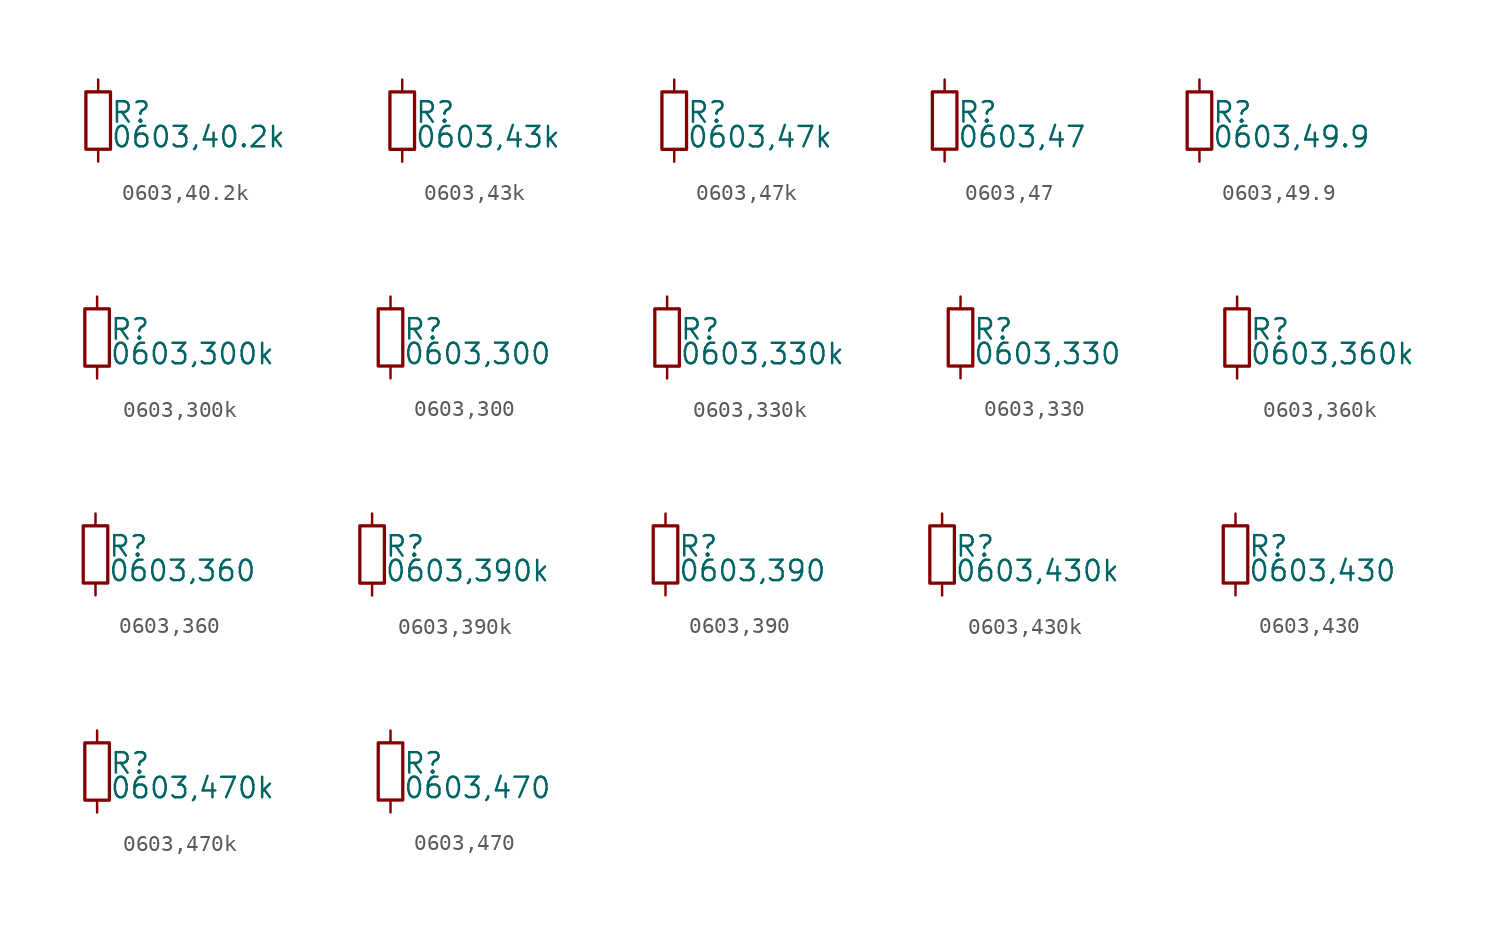
<source format=kicad_sym>
(kicad_symbol_lib
  (version 20220914)
  (generator kicad_symbol_editor)
  (symbol "0603,40.2k"
    (property "Reference" "R"
      (at 0.762 0.508 0)
      (effects (font (size 1.27 1.27)) (justify left)))
    (property "Value" "0603,40.2k"
      (at 0.762 -1.016 0)
      (effects (font (size 1.27 1.27)) (justify left)))
    (property "ki_locked" ""
      (at 0 0 0)
      (effects (font (size 1.27 1.27))))
    (symbol "0603,40.2k_0_0"
      (rectangle (start -0.762 1.778) (end 0.762 -1.778) (stroke (width 0.203) (type default)) (fill (type none)))
      (pin passive line (at 0 2.54 270) (length 0.762) (name "~" (effects (font (size 0 0)))) (number "1" (effects (font (size 0 0)))))
      (pin passive line (at 0 -2.54 90) (length 0.762) (name "~" (effects (font (size 0 0)))) (number "2" (effects (font (size 0 0)))))))
  (symbol "0603,43k"
    (property "Reference" "R"
      (at 0.762 0.508 0)
      (effects (font (size 1.27 1.27)) (justify left)))
    (property "Value" "0603,43k"
      (at 0.762 -1.016 0)
      (effects (font (size 1.27 1.27)) (justify left)))
    (property "ki_locked" ""
      (at 0 0 0)
      (effects (font (size 1.27 1.27))))
    (symbol "0603,43k_0_0"
      (rectangle (start -0.762 1.778) (end 0.762 -1.778) (stroke (width 0.203) (type default)) (fill (type none)))
      (pin passive line (at 0 2.54 270) (length 0.762) (name "~" (effects (font (size 0 0)))) (number "1" (effects (font (size 0 0)))))
      (pin passive line (at 0 -2.54 90) (length 0.762) (name "~" (effects (font (size 0 0)))) (number "2" (effects (font (size 0 0)))))))
  (symbol "0603,47k"
    (property "Reference" "R"
      (at 0.762 0.508 0)
      (effects (font (size 1.27 1.27)) (justify left)))
    (property "Value" "0603,47k"
      (at 0.762 -1.016 0)
      (effects (font (size 1.27 1.27)) (justify left)))
    (property "ki_locked" ""
      (at 0 0 0)
      (effects (font (size 1.27 1.27))))
    (symbol "0603,47k_0_0"
      (rectangle (start -0.762 1.778) (end 0.762 -1.778) (stroke (width 0.203) (type default)) (fill (type none)))
      (pin passive line (at 0 2.54 270) (length 0.762) (name "~" (effects (font (size 0 0)))) (number "1" (effects (font (size 0 0)))))
      (pin passive line (at 0 -2.54 90) (length 0.762) (name "~" (effects (font (size 0 0)))) (number "2" (effects (font (size 0 0)))))))
  (symbol "0603,47"
    (property "Reference" "R"
      (at 0.762 0.508 0)
      (effects (font (size 1.27 1.27)) (justify left)))
    (property "Value" "0603,47"
      (at 0.762 -1.016 0)
      (effects (font (size 1.27 1.27)) (justify left)))
    (property "ki_locked" ""
      (at 0 0 0)
      (effects (font (size 1.27 1.27))))
    (symbol "0603,47_0_0"
      (rectangle (start -0.762 1.778) (end 0.762 -1.778) (stroke (width 0.203) (type default)) (fill (type none)))
      (pin passive line (at 0 2.54 270) (length 0.762) (name "~" (effects (font (size 0 0)))) (number "1" (effects (font (size 0 0)))))
      (pin passive line (at 0 -2.54 90) (length 0.762) (name "~" (effects (font (size 0 0)))) (number "2" (effects (font (size 0 0)))))))
  (symbol "0603,49.9"
    (property "Reference" "R"
      (at 0.762 0.508 0)
      (effects (font (size 1.27 1.27)) (justify left)))
    (property "Value" "0603,49.9"
      (at 0.762 -1.016 0)
      (effects (font (size 1.27 1.27)) (justify left)))
    (property "ki_locked" ""
      (at 0 0 0)
      (effects (font (size 1.27 1.27))))
    (symbol "0603,49.9_0_0"
      (rectangle (start -0.762 1.778) (end 0.762 -1.778) (stroke (width 0.203) (type default)) (fill (type none)))
      (pin passive line (at 0 2.54 270) (length 0.762) (name "~" (effects (font (size 0 0)))) (number "1" (effects (font (size 0 0)))))
      (pin passive line (at 0 -2.54 90) (length 0.762) (name "~" (effects (font (size 0 0)))) (number "2" (effects (font (size 0 0)))))))
  (symbol "0603,300k"
    (property "Reference" "R"
      (at 0.762 0.508 0)
      (effects (font (size 1.27 1.27)) (justify left)))
    (property "Value" "0603,300k"
      (at 0.762 -1.016 0)
      (effects (font (size 1.27 1.27)) (justify left)))
    (property "ki_locked" ""
      (at 0 0 0)
      (effects (font (size 1.27 1.27))))
    (symbol "0603,300k_0_0"
      (rectangle (start -0.762 1.778) (end 0.762 -1.778) (stroke (width 0.203) (type default)) (fill (type none)))
      (pin passive line (at 0 2.54 270) (length 0.762) (name "~" (effects (font (size 0 0)))) (number "1" (effects (font (size 0 0)))))
      (pin passive line (at 0 -2.54 90) (length 0.762) (name "~" (effects (font (size 0 0)))) (number "2" (effects (font (size 0 0)))))))
  (symbol "0603,300"
    (property "Reference" "R"
      (at 0.762 0.508 0)
      (effects (font (size 1.27 1.27)) (justify left)))
    (property "Value" "0603,300"
      (at 0.762 -1.016 0)
      (effects (font (size 1.27 1.27)) (justify left)))
    (property "ki_locked" ""
      (at 0 0 0)
      (effects (font (size 1.27 1.27))))
    (symbol "0603,300_0_0"
      (rectangle (start -0.762 1.778) (end 0.762 -1.778) (stroke (width 0.203) (type default)) (fill (type none)))
      (pin passive line (at 0 2.54 270) (length 0.762) (name "~" (effects (font (size 0 0)))) (number "1" (effects (font (size 0 0)))))
      (pin passive line (at 0 -2.54 90) (length 0.762) (name "~" (effects (font (size 0 0)))) (number "2" (effects (font (size 0 0)))))))
  (symbol "0603,330k"
    (property "Reference" "R"
      (at 0.762 0.508 0)
      (effects (font (size 1.27 1.27)) (justify left)))
    (property "Value" "0603,330k"
      (at 0.762 -1.016 0)
      (effects (font (size 1.27 1.27)) (justify left)))
    (property "ki_locked" ""
      (at 0 0 0)
      (effects (font (size 1.27 1.27))))
    (symbol "0603,330k_0_0"
      (rectangle (start -0.762 1.778) (end 0.762 -1.778) (stroke (width 0.203) (type default)) (fill (type none)))
      (pin passive line (at 0 2.54 270) (length 0.762) (name "~" (effects (font (size 0 0)))) (number "1" (effects (font (size 0 0)))))
      (pin passive line (at 0 -2.54 90) (length 0.762) (name "~" (effects (font (size 0 0)))) (number "2" (effects (font (size 0 0)))))))
  (symbol "0603,330"
    (property "Reference" "R"
      (at 0.762 0.508 0)
      (effects (font (size 1.27 1.27)) (justify left)))
    (property "Value" "0603,330"
      (at 0.762 -1.016 0)
      (effects (font (size 1.27 1.27)) (justify left)))
    (property "ki_locked" ""
      (at 0 0 0)
      (effects (font (size 1.27 1.27))))
    (symbol "0603,330_0_0"
      (rectangle (start -0.762 1.778) (end 0.762 -1.778) (stroke (width 0.203) (type default)) (fill (type none)))
      (pin passive line (at 0 2.54 270) (length 0.762) (name "~" (effects (font (size 0 0)))) (number "1" (effects (font (size 0 0)))))
      (pin passive line (at 0 -2.54 90) (length 0.762) (name "~" (effects (font (size 0 0)))) (number "2" (effects (font (size 0 0)))))))
  (symbol "0603,360k"
    (property "Reference" "R"
      (at 0.762 0.508 0)
      (effects (font (size 1.27 1.27)) (justify left)))
    (property "Value" "0603,360k"
      (at 0.762 -1.016 0)
      (effects (font (size 1.27 1.27)) (justify left)))
    (property "ki_locked" ""
      (at 0 0 0)
      (effects (font (size 1.27 1.27))))
    (symbol "0603,360k_0_0"
      (rectangle (start -0.762 1.778) (end 0.762 -1.778) (stroke (width 0.203) (type default)) (fill (type none)))
      (pin passive line (at 0 2.54 270) (length 0.762) (name "~" (effects (font (size 0 0)))) (number "1" (effects (font (size 0 0)))))
      (pin passive line (at 0 -2.54 90) (length 0.762) (name "~" (effects (font (size 0 0)))) (number "2" (effects (font (size 0 0)))))))
  (symbol "0603,360"
    (property "Reference" "R"
      (at 0.762 0.508 0)
      (effects (font (size 1.27 1.27)) (justify left)))
    (property "Value" "0603,360"
      (at 0.762 -1.016 0)
      (effects (font (size 1.27 1.27)) (justify left)))
    (property "ki_locked" ""
      (at 0 0 0)
      (effects (font (size 1.27 1.27))))
    (symbol "0603,360_0_0"
      (rectangle (start -0.762 1.778) (end 0.762 -1.778) (stroke (width 0.203) (type default)) (fill (type none)))
      (pin passive line (at 0 2.54 270) (length 0.762) (name "~" (effects (font (size 0 0)))) (number "1" (effects (font (size 0 0)))))
      (pin passive line (at 0 -2.54 90) (length 0.762) (name "~" (effects (font (size 0 0)))) (number "2" (effects (font (size 0 0)))))))
  (symbol "0603,390k"
    (property "Reference" "R"
      (at 0.762 0.508 0)
      (effects (font (size 1.27 1.27)) (justify left)))
    (property "Value" "0603,390k"
      (at 0.762 -1.016 0)
      (effects (font (size 1.27 1.27)) (justify left)))
    (property "ki_locked" ""
      (at 0 0 0)
      (effects (font (size 1.27 1.27))))
    (symbol "0603,390k_0_0"
      (rectangle (start -0.762 1.778) (end 0.762 -1.778) (stroke (width 0.203) (type default)) (fill (type none)))
      (pin passive line (at 0 2.54 270) (length 0.762) (name "~" (effects (font (size 0 0)))) (number "1" (effects (font (size 0 0)))))
      (pin passive line (at 0 -2.54 90) (length 0.762) (name "~" (effects (font (size 0 0)))) (number "2" (effects (font (size 0 0)))))))
  (symbol "0603,390"
    (property "Reference" "R"
      (at 0.762 0.508 0)
      (effects (font (size 1.27 1.27)) (justify left)))
    (property "Value" "0603,390"
      (at 0.762 -1.016 0)
      (effects (font (size 1.27 1.27)) (justify left)))
    (property "ki_locked" ""
      (at 0 0 0)
      (effects (font (size 1.27 1.27))))
    (symbol "0603,390_0_0"
      (rectangle (start -0.762 1.778) (end 0.762 -1.778) (stroke (width 0.203) (type default)) (fill (type none)))
      (pin passive line (at 0 2.54 270) (length 0.762) (name "~" (effects (font (size 0 0)))) (number "1" (effects (font (size 0 0)))))
      (pin passive line (at 0 -2.54 90) (length 0.762) (name "~" (effects (font (size 0 0)))) (number "2" (effects (font (size 0 0)))))))
  (symbol "0603,430k"
    (property "Reference" "R"
      (at 0.762 0.508 0)
      (effects (font (size 1.27 1.27)) (justify left)))
    (property "Value" "0603,430k"
      (at 0.762 -1.016 0)
      (effects (font (size 1.27 1.27)) (justify left)))
    (property "ki_locked" ""
      (at 0 0 0)
      (effects (font (size 1.27 1.27))))
    (symbol "0603,430k_0_0"
      (rectangle (start -0.762 1.778) (end 0.762 -1.778) (stroke (width 0.203) (type default)) (fill (type none)))
      (pin passive line (at 0 2.54 270) (length 0.762) (name "~" (effects (font (size 0 0)))) (number "1" (effects (font (size 0 0)))))
      (pin passive line (at 0 -2.54 90) (length 0.762) (name "~" (effects (font (size 0 0)))) (number "2" (effects (font (size 0 0)))))))
  (symbol "0603,430"
    (property "Reference" "R"
      (at 0.762 0.508 0)
      (effects (font (size 1.27 1.27)) (justify left)))
    (property "Value" "0603,430"
      (at 0.762 -1.016 0)
      (effects (font (size 1.27 1.27)) (justify left)))
    (property "ki_locked" ""
      (at 0 0 0)
      (effects (font (size 1.27 1.27))))
    (symbol "0603,430_0_0"
      (rectangle (start -0.762 1.778) (end 0.762 -1.778) (stroke (width 0.203) (type default)) (fill (type none)))
      (pin passive line (at 0 2.54 270) (length 0.762) (name "~" (effects (font (size 0 0)))) (number "1" (effects (font (size 0 0)))))
      (pin passive line (at 0 -2.54 90) (length 0.762) (name "~" (effects (font (size 0 0)))) (number "2" (effects (font (size 0 0)))))))
  (symbol "0603,470k"
    (property "Reference" "R"
      (at 0.762 0.508 0)
      (effects (font (size 1.27 1.27)) (justify left)))
    (property "Value" "0603,470k"
      (at 0.762 -1.016 0)
      (effects (font (size 1.27 1.27)) (justify left)))
    (property "ki_locked" ""
      (at 0 0 0)
      (effects (font (size 1.27 1.27))))
    (symbol "0603,470k_0_0"
      (rectangle (start -0.762 1.778) (end 0.762 -1.778) (stroke (width 0.203) (type default)) (fill (type none)))
      (pin passive line (at 0 2.54 270) (length 0.762) (name "~" (effects (font (size 0 0)))) (number "1" (effects (font (size 0 0)))))
      (pin passive line (at 0 -2.54 90) (length 0.762) (name "~" (effects (font (size 0 0)))) (number "2" (effects (font (size 0 0)))))))
  (symbol "0603,470"
    (property "Reference" "R"
      (at 0.762 0.508 0)
      (effects (font (size 1.27 1.27)) (justify left)))
    (property "Value" "0603,470"
      (at 0.762 -1.016 0)
      (effects (font (size 1.27 1.27)) (justify left)))
    (property "ki_locked" ""
      (at 0 0 0)
      (effects (font (size 1.27 1.27))))
    (symbol "0603,470_0_0"
      (rectangle (start -0.762 1.778) (end 0.762 -1.778) (stroke (width 0.203) (type default)) (fill (type none)))
      (pin passive line (at 0 2.54 270) (length 0.762) (name "~" (effects (font (size 0 0)))) (number "1" (effects (font (size 0 0)))))
      (pin passive line (at 0 -2.54 90) (length 0.762) (name "~" (effects (font (size 0 0)))) (number "2" (effects (font (size 0 0))))))))
</source>
